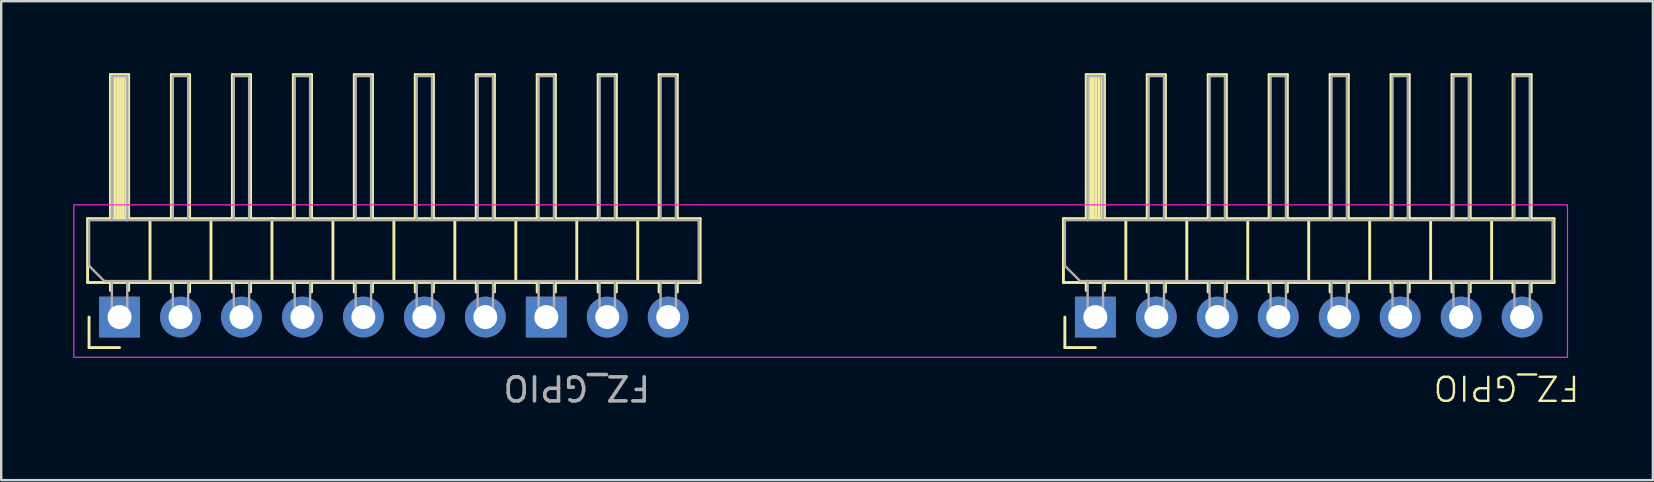
<source format=kicad_pcb>
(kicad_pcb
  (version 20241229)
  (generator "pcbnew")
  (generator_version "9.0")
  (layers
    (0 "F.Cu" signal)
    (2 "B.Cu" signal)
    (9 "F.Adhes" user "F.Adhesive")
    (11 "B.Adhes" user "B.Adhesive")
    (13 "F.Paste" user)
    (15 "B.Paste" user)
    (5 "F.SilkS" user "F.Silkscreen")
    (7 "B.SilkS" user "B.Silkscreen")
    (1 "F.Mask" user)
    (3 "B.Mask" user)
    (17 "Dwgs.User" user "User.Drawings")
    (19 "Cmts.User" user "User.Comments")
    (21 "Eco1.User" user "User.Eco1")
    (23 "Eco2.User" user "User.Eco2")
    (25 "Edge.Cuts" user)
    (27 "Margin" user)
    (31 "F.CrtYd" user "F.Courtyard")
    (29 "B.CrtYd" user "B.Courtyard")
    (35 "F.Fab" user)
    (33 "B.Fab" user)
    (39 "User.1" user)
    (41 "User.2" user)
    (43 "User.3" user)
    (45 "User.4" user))
  (footprint "FZ_GPIO"
    (layer "F.Cu")
    (at 60.365 10.16)
    (property "Reference" "FZ_GPIO" (at -0.65 2.945 180) (unlocked yes) (layer "F.SilkS") (effects (font (size 1 1) (thickness 0.1))))
    (attr through_hole)
    (fp_line (start -59.765 -4.1) (end -59.765 -1.44) (stroke (width 0.12) (type solid)) (layer "F.SilkS"))
    (fp_line (start -59.765 -1.44) (end -34.245 -1.44) (stroke (width 0.12) (type solid)) (layer "F.SilkS"))
    (fp_line (start -59.705 1.27) (end -59.705 0) (stroke (width 0.12) (type solid)) (layer "F.SilkS"))
    (fp_line (start -58.815 -10.1) (end -58.055 -10.1) (stroke (width 0.12) (type solid)) (layer "F.SilkS"))
    (fp_line (start -58.815 -4.1) (end -58.815 -10.1) (stroke (width 0.12) (type solid)) (layer "F.SilkS"))
    (fp_line (start -58.815 -1.11) (end -58.815 -1.44) (stroke (width 0.12) (type solid)) (layer "F.SilkS"))
    (fp_line (start -58.755 -4.1) (end -58.755 -10.1) (stroke (width 0.12) (type solid)) (layer "F.SilkS"))
    (fp_line (start -58.635 -4.1) (end -58.635 -10.1) (stroke (width 0.12) (type solid)) (layer "F.SilkS"))
    (fp_line (start -58.515 -4.1) (end -58.515 -10.1) (stroke (width 0.12) (type solid)) (layer "F.SilkS"))
    (fp_line (start -58.435 1.27) (end -59.705 1.27) (stroke (width 0.12) (type solid)) (layer "F.SilkS"))
    (fp_line (start -58.395 -4.1) (end -58.395 -10.1) (stroke (width 0.12) (type solid)) (layer "F.SilkS"))
    (fp_line (start -58.275 -4.1) (end -58.275 -10.1) (stroke (width 0.12) (type solid)) (layer "F.SilkS"))
    (fp_line (start -58.155 -4.1) (end -58.155 -10.1) (stroke (width 0.12) (type solid)) (layer "F.SilkS"))
    (fp_line (start -58.055 -10.1) (end -58.055 -4.1) (stroke (width 0.12) (type solid)) (layer "F.SilkS"))
    (fp_line (start -58.055 -1.11) (end -58.055 -1.44) (stroke (width 0.12) (type solid)) (layer "F.SilkS"))
    (fp_line (start -57.165 -1.44) (end -57.165 -4.1) (stroke (width 0.12) (type solid)) (layer "F.SilkS"))
    (fp_line (start -56.275 -10.1) (end -55.515 -10.1) (stroke (width 0.12) (type solid)) (layer "F.SilkS"))
    (fp_line (start -56.275 -4.1) (end -56.275 -10.1) (stroke (width 0.12) (type solid)) (layer "F.SilkS"))
    (fp_line (start -56.275 -1.043) (end -56.275 -1.44) (stroke (width 0.12) (type solid)) (layer "F.SilkS"))
    (fp_line (start -55.515 -10.1) (end -55.515 -4.1) (stroke (width 0.12) (type solid)) (layer "F.SilkS"))
    (fp_line (start -55.515 -1.043) (end -55.515 -1.44) (stroke (width 0.12) (type solid)) (layer "F.SilkS"))
    (fp_line (start -54.625 -1.44) (end -54.625 -4.1) (stroke (width 0.12) (type solid)) (layer "F.SilkS"))
    (fp_line (start -53.735 -10.1) (end -52.975 -10.1) (stroke (width 0.12) (type solid)) (layer "F.SilkS"))
    (fp_line (start -53.735 -4.1) (end -53.735 -10.1) (stroke (width 0.12) (type solid)) (layer "F.SilkS"))
    (fp_line (start -53.735 -1.043) (end -53.735 -1.44) (stroke (width 0.12) (type solid)) (layer "F.SilkS"))
    (fp_line (start -52.975 -10.1) (end -52.975 -4.1) (stroke (width 0.12) (type solid)) (layer "F.SilkS"))
    (fp_line (start -52.975 -1.043) (end -52.975 -1.44) (stroke (width 0.12) (type solid)) (layer "F.SilkS"))
    (fp_line (start -52.085 -1.44) (end -52.085 -4.1) (stroke (width 0.12) (type solid)) (layer "F.SilkS"))
    (fp_line (start -51.195 -10.1) (end -50.435 -10.1) (stroke (width 0.12) (type solid)) (layer "F.SilkS"))
    (fp_line (start -51.195 -4.1) (end -51.195 -10.1) (stroke (width 0.12) (type solid)) (layer "F.SilkS"))
    (fp_line (start -51.195 -1.043) (end -51.195 -1.44) (stroke (width 0.12) (type solid)) (layer "F.SilkS"))
    (fp_line (start -50.435 -10.1) (end -50.435 -4.1) (stroke (width 0.12) (type solid)) (layer "F.SilkS"))
    (fp_line (start -50.435 -1.043) (end -50.435 -1.44) (stroke (width 0.12) (type solid)) (layer "F.SilkS"))
    (fp_line (start -49.545 -1.44) (end -49.545 -4.1) (stroke (width 0.12) (type solid)) (layer "F.SilkS"))
    (fp_line (start -48.655 -10.1) (end -47.895 -10.1) (stroke (width 0.12) (type solid)) (layer "F.SilkS"))
    (fp_line (start -48.655 -4.1) (end -48.655 -10.1) (stroke (width 0.12) (type solid)) (layer "F.SilkS"))
    (fp_line (start -48.655 -1.043) (end -48.655 -1.44) (stroke (width 0.12) (type solid)) (layer "F.SilkS"))
    (fp_line (start -47.895 -10.1) (end -47.895 -4.1) (stroke (width 0.12) (type solid)) (layer "F.SilkS"))
    (fp_line (start -47.895 -1.043) (end -47.895 -1.44) (stroke (width 0.12) (type solid)) (layer "F.SilkS"))
    (fp_line (start -47.005 -1.44) (end -47.005 -4.1) (stroke (width 0.12) (type solid)) (layer "F.SilkS"))
    (fp_line (start -46.115 -10.1) (end -45.355 -10.1) (stroke (width 0.12) (type solid)) (layer "F.SilkS"))
    (fp_line (start -46.115 -4.1) (end -46.115 -10.1) (stroke (width 0.12) (type solid)) (layer "F.SilkS"))
    (fp_line (start -46.115 -1.043) (end -46.115 -1.44) (stroke (width 0.12) (type solid)) (layer "F.SilkS"))
    (fp_line (start -45.355 -10.1) (end -45.355 -4.1) (stroke (width 0.12) (type solid)) (layer "F.SilkS"))
    (fp_line (start -45.355 -1.043) (end -45.355 -1.44) (stroke (width 0.12) (type solid)) (layer "F.SilkS"))
    (fp_line (start -44.465 -1.44) (end -44.465 -4.1) (stroke (width 0.12) (type solid)) (layer "F.SilkS"))
    (fp_line (start -43.575 -10.1) (end -42.815 -10.1) (stroke (width 0.12) (type solid)) (layer "F.SilkS"))
    (fp_line (start -43.575 -4.1) (end -43.575 -10.1) (stroke (width 0.12) (type solid)) (layer "F.SilkS"))
    (fp_line (start -43.575 -1.043) (end -43.575 -1.44) (stroke (width 0.12) (type solid)) (layer "F.SilkS"))
    (fp_line (start -42.815 -10.1) (end -42.815 -4.1) (stroke (width 0.12) (type solid)) (layer "F.SilkS"))
    (fp_line (start -42.815 -1.043) (end -42.815 -1.44) (stroke (width 0.12) (type solid)) (layer "F.SilkS"))
    (fp_line (start -41.925 -1.44) (end -41.925 -4.1) (stroke (width 0.12) (type solid)) (layer "F.SilkS"))
    (fp_line (start -41.035 -10.1) (end -40.275 -10.1) (stroke (width 0.12) (type solid)) (layer "F.SilkS"))
    (fp_line (start -41.035 -4.1) (end -41.035 -10.1) (stroke (width 0.12) (type solid)) (layer "F.SilkS"))
    (fp_line (start -41.035 -1.043) (end -41.035 -1.44) (stroke (width 0.12) (type solid)) (layer "F.SilkS"))
    (fp_line (start -40.275 -10.1) (end -40.275 -4.1) (stroke (width 0.12) (type solid)) (layer "F.SilkS"))
    (fp_line (start -40.275 -1.043) (end -40.275 -1.44) (stroke (width 0.12) (type solid)) (layer "F.SilkS"))
    (fp_line (start -39.385 -1.44) (end -39.385 -4.1) (stroke (width 0.12) (type solid)) (layer "F.SilkS"))
    (fp_line (start -38.495 -10.1) (end -37.735 -10.1) (stroke (width 0.12) (type solid)) (layer "F.SilkS"))
    (fp_line (start -38.495 -4.1) (end -38.495 -10.1) (stroke (width 0.12) (type solid)) (layer "F.SilkS"))
    (fp_line (start -38.495 -1.043) (end -38.495 -1.44) (stroke (width 0.12) (type solid)) (layer "F.SilkS"))
    (fp_line (start -37.735 -10.1) (end -37.735 -4.1) (stroke (width 0.12) (type solid)) (layer "F.SilkS"))
    (fp_line (start -37.735 -1.043) (end -37.735 -1.44) (stroke (width 0.12) (type solid)) (layer "F.SilkS"))
    (fp_line (start -36.845 -1.44) (end -36.845 -4.1) (stroke (width 0.12) (type solid)) (layer "F.SilkS"))
    (fp_line (start -35.955 -10.1) (end -35.195 -10.1) (stroke (width 0.12) (type solid)) (layer "F.SilkS"))
    (fp_line (start -35.955 -4.1) (end -35.955 -10.1) (stroke (width 0.12) (type solid)) (layer "F.SilkS"))
    (fp_line (start -35.955 -1.043) (end -35.955 -1.44) (stroke (width 0.12) (type solid)) (layer "F.SilkS"))
    (fp_line (start -35.195 -10.1) (end -35.195 -4.1) (stroke (width 0.12) (type solid)) (layer "F.SilkS"))
    (fp_line (start -35.195 -1.043) (end -35.195 -1.44) (stroke (width 0.12) (type solid)) (layer "F.SilkS"))
    (fp_line (start -34.245 -4.1) (end -59.765 -4.1) (stroke (width 0.12) (type solid)) (layer "F.SilkS"))
    (fp_line (start -34.245 -1.44) (end -34.245 -4.1) (stroke (width 0.12) (type solid)) (layer "F.SilkS"))
    (fp_line (start -19.11 -4.1) (end -19.11 -1.44) (stroke (width 0.12) (type solid)) (layer "F.SilkS"))
    (fp_line (start -19.11 -1.44) (end 1.33 -1.44) (stroke (width 0.12) (type solid)) (layer "F.SilkS"))
    (fp_line (start -19.05 1.27) (end -19.05 0) (stroke (width 0.12) (type solid)) (layer "F.SilkS"))
    (fp_line (start -18.16 -10.1) (end -17.4 -10.1) (stroke (width 0.12) (type solid)) (layer "F.SilkS"))
    (fp_line (start -18.16 -4.1) (end -18.16 -10.1) (stroke (width 0.12) (type solid)) (layer "F.SilkS"))
    (fp_line (start -18.16 -1.11) (end -18.16 -1.44) (stroke (width 0.12) (type solid)) (layer "F.SilkS"))
    (fp_line (start -18.1 -4.1) (end -18.1 -10.1) (stroke (width 0.12) (type solid)) (layer "F.SilkS"))
    (fp_line (start -17.98 -4.1) (end -17.98 -10.1) (stroke (width 0.12) (type solid)) (layer "F.SilkS"))
    (fp_line (start -17.86 -4.1) (end -17.86 -10.1) (stroke (width 0.12) (type solid)) (layer "F.SilkS"))
    (fp_line (start -17.78 1.27) (end -19.05 1.27) (stroke (width 0.12) (type solid)) (layer "F.SilkS"))
    (fp_line (start -17.74 -4.1) (end -17.74 -10.1) (stroke (width 0.12) (type solid)) (layer "F.SilkS"))
    (fp_line (start -17.62 -4.1) (end -17.62 -10.1) (stroke (width 0.12) (type solid)) (layer "F.SilkS"))
    (fp_line (start -17.5 -4.1) (end -17.5 -10.1) (stroke (width 0.12) (type solid)) (layer "F.SilkS"))
    (fp_line (start -17.4 -10.1) (end -17.4 -4.1) (stroke (width 0.12) (type solid)) (layer "F.SilkS"))
    (fp_line (start -17.4 -1.11) (end -17.4 -1.44) (stroke (width 0.12) (type solid)) (layer "F.SilkS"))
    (fp_line (start -16.51 -1.44) (end -16.51 -4.1) (stroke (width 0.12) (type solid)) (layer "F.SilkS"))
    (fp_line (start -15.62 -10.1) (end -14.86 -10.1) (stroke (width 0.12) (type solid)) (layer "F.SilkS"))
    (fp_line (start -15.62 -4.1) (end -15.62 -10.1) (stroke (width 0.12) (type solid)) (layer "F.SilkS"))
    (fp_line (start -15.62 -1.043) (end -15.62 -1.44) (stroke (width 0.12) (type solid)) (layer "F.SilkS"))
    (fp_line (start -14.86 -10.1) (end -14.86 -4.1) (stroke (width 0.12) (type solid)) (layer "F.SilkS"))
    (fp_line (start -14.86 -1.043) (end -14.86 -1.44) (stroke (width 0.12) (type solid)) (layer "F.SilkS"))
    (fp_line (start -13.97 -1.44) (end -13.97 -4.1) (stroke (width 0.12) (type solid)) (layer "F.SilkS"))
    (fp_line (start -13.08 -10.1) (end -12.32 -10.1) (stroke (width 0.12) (type solid)) (layer "F.SilkS"))
    (fp_line (start -13.08 -4.1) (end -13.08 -10.1) (stroke (width 0.12) (type solid)) (layer "F.SilkS"))
    (fp_line (start -13.08 -1.043) (end -13.08 -1.44) (stroke (width 0.12) (type solid)) (layer "F.SilkS"))
    (fp_line (start -12.32 -10.1) (end -12.32 -4.1) (stroke (width 0.12) (type solid)) (layer "F.SilkS"))
    (fp_line (start -12.32 -1.043) (end -12.32 -1.44) (stroke (width 0.12) (type solid)) (layer "F.SilkS"))
    (fp_line (start -11.43 -1.44) (end -11.43 -4.1) (stroke (width 0.12) (type solid)) (layer "F.SilkS"))
    (fp_line (start -10.54 -10.1) (end -9.78 -10.1) (stroke (width 0.12) (type solid)) (layer "F.SilkS"))
    (fp_line (start -10.54 -4.1) (end -10.54 -10.1) (stroke (width 0.12) (type solid)) (layer "F.SilkS"))
    (fp_line (start -10.54 -1.043) (end -10.54 -1.44) (stroke (width 0.12) (type solid)) (layer "F.SilkS"))
    (fp_line (start -9.78 -10.1) (end -9.78 -4.1) (stroke (width 0.12) (type solid)) (layer "F.SilkS"))
    (fp_line (start -9.78 -1.043) (end -9.78 -1.44) (stroke (width 0.12) (type solid)) (layer "F.SilkS"))
    (fp_line (start -8.89 -1.44) (end -8.89 -4.1) (stroke (width 0.12) (type solid)) (layer "F.SilkS"))
    (fp_line (start -8 -10.1) (end -7.24 -10.1) (stroke (width 0.12) (type solid)) (layer "F.SilkS"))
    (fp_line (start -8 -4.1) (end -8 -10.1) (stroke (width 0.12) (type solid)) (layer "F.SilkS"))
    (fp_line (start -8 -1.043) (end -8 -1.44) (stroke (width 0.12) (type solid)) (layer "F.SilkS"))
    (fp_line (start -7.24 -10.1) (end -7.24 -4.1) (stroke (width 0.12) (type solid)) (layer "F.SilkS"))
    (fp_line (start -7.24 -1.043) (end -7.24 -1.44) (stroke (width 0.12) (type solid)) (layer "F.SilkS"))
    (fp_line (start -6.35 -1.44) (end -6.35 -4.1) (stroke (width 0.12) (type solid)) (layer "F.SilkS"))
    (fp_line (start -5.46 -10.1) (end -4.7 -10.1) (stroke (width 0.12) (type solid)) (layer "F.SilkS"))
    (fp_line (start -5.46 -4.1) (end -5.46 -10.1) (stroke (width 0.12) (type solid)) (layer "F.SilkS"))
    (fp_line (start -5.46 -1.043) (end -5.46 -1.44) (stroke (width 0.12) (type solid)) (layer "F.SilkS"))
    (fp_line (start -4.7 -10.1) (end -4.7 -4.1) (stroke (width 0.12) (type solid)) (layer "F.SilkS"))
    (fp_line (start -4.7 -1.043) (end -4.7 -1.44) (stroke (width 0.12) (type solid)) (layer "F.SilkS"))
    (fp_line (start -3.81 -1.44) (end -3.81 -4.1) (stroke (width 0.12) (type solid)) (layer "F.SilkS"))
    (fp_line (start -2.92 -10.1) (end -2.16 -10.1) (stroke (width 0.12) (type solid)) (layer "F.SilkS"))
    (fp_line (start -2.92 -4.1) (end -2.92 -10.1) (stroke (width 0.12) (type solid)) (layer "F.SilkS"))
    (fp_line (start -2.92 -1.043) (end -2.92 -1.44) (stroke (width 0.12) (type solid)) (layer "F.SilkS"))
    (fp_line (start -2.16 -10.1) (end -2.16 -4.1) (stroke (width 0.12) (type solid)) (layer "F.SilkS"))
    (fp_line (start -2.16 -1.043) (end -2.16 -1.44) (stroke (width 0.12) (type solid)) (layer "F.SilkS"))
    (fp_line (start -1.27 -1.44) (end -1.27 -4.1) (stroke (width 0.12) (type solid)) (layer "F.SilkS"))
    (fp_line (start -0.38 -10.1) (end 0.38 -10.1) (stroke (width 0.12) (type solid)) (layer "F.SilkS"))
    (fp_line (start -0.38 -4.1) (end -0.38 -10.1) (stroke (width 0.12) (type solid)) (layer "F.SilkS"))
    (fp_line (start -0.38 -1.043) (end -0.38 -1.44) (stroke (width 0.12) (type solid)) (layer "F.SilkS"))
    (fp_line (start 0.38 -10.1) (end 0.38 -4.1) (stroke (width 0.12) (type solid)) (layer "F.SilkS"))
    (fp_line (start 0.38 -1.043) (end 0.38 -1.44) (stroke (width 0.12) (type solid)) (layer "F.SilkS"))
    (fp_line (start 1.33 -4.1) (end -19.11 -4.1) (stroke (width 0.12) (type solid)) (layer "F.SilkS"))
    (fp_line (start 1.33 -1.44) (end 1.33 -4.1) (stroke (width 0.12) (type solid)) (layer "F.SilkS"))
    (fp_rect (start 1.89 1.675) (end -60.34 -4.675) (stroke (width 0.05) (type default)) (fill no) (layer "F.CrtYd"))
    (fp_line (start -59.705 -4.04) (end -34.305 -4.04) (stroke (width 0.1) (type solid)) (layer "F.Fab"))
    (fp_line (start -59.705 -2.135) (end -59.705 -4.04) (stroke (width 0.1) (type solid)) (layer "F.Fab"))
    (fp_line (start -59.07 -1.5) (end -59.705 -2.135) (stroke (width 0.1) (type solid)) (layer "F.Fab"))
    (fp_line (start -58.755 -10.04) (end -58.115 -10.04) (stroke (width 0.1) (type solid)) (layer "F.Fab"))
    (fp_line (start -58.755 -4.04) (end -58.755 -10.04) (stroke (width 0.1) (type solid)) (layer "F.Fab"))
    (fp_line (start -58.755 0.32) (end -58.755 -1.5) (stroke (width 0.1) (type solid)) (layer "F.Fab"))
    (fp_line (start -58.755 0.32) (end -58.115 0.32) (stroke (width 0.1) (type solid)) (layer "F.Fab"))
    (fp_line (start -58.115 -4.04) (end -58.115 -10.04) (stroke (width 0.1) (type solid)) (layer "F.Fab"))
    (fp_line (start -58.115 0.32) (end -58.115 -1.5) (stroke (width 0.1) (type solid)) (layer "F.Fab"))
    (fp_line (start -56.215 -10.04) (end -55.575 -10.04) (stroke (width 0.1) (type solid)) (layer "F.Fab"))
    (fp_line (start -56.215 -4.04) (end -56.215 -10.04) (stroke (width 0.1) (type solid)) (layer "F.Fab"))
    (fp_line (start -56.215 0.32) (end -56.215 -1.5) (stroke (width 0.1) (type solid)) (layer "F.Fab"))
    (fp_line (start -56.215 0.32) (end -55.575 0.32) (stroke (width 0.1) (type solid)) (layer "F.Fab"))
    (fp_line (start -55.575 -4.04) (end -55.575 -10.04) (stroke (width 0.1) (type solid)) (layer "F.Fab"))
    (fp_line (start -55.575 0.32) (end -55.575 -1.5) (stroke (width 0.1) (type solid)) (layer "F.Fab"))
    (fp_line (start -53.675 -10.04) (end -53.035 -10.04) (stroke (width 0.1) (type solid)) (layer "F.Fab"))
    (fp_line (start -53.675 -4.04) (end -53.675 -10.04) (stroke (width 0.1) (type solid)) (layer "F.Fab"))
    (fp_line (start -53.675 0.32) (end -53.675 -1.5) (stroke (width 0.1) (type solid)) (layer "F.Fab"))
    (fp_line (start -53.675 0.32) (end -53.035 0.32) (stroke (width 0.1) (type solid)) (layer "F.Fab"))
    (fp_line (start -53.035 -4.04) (end -53.035 -10.04) (stroke (width 0.1) (type solid)) (layer "F.Fab"))
    (fp_line (start -53.035 0.32) (end -53.035 -1.5) (stroke (width 0.1) (type solid)) (layer "F.Fab"))
    (fp_line (start -51.135 -10.04) (end -50.495 -10.04) (stroke (width 0.1) (type solid)) (layer "F.Fab"))
    (fp_line (start -51.135 -4.04) (end -51.135 -10.04) (stroke (width 0.1) (type solid)) (layer "F.Fab"))
    (fp_line (start -51.135 0.32) (end -51.135 -1.5) (stroke (width 0.1) (type solid)) (layer "F.Fab"))
    (fp_line (start -51.135 0.32) (end -50.495 0.32) (stroke (width 0.1) (type solid)) (layer "F.Fab"))
    (fp_line (start -50.495 -4.04) (end -50.495 -10.04) (stroke (width 0.1) (type solid)) (layer "F.Fab"))
    (fp_line (start -50.495 0.32) (end -50.495 -1.5) (stroke (width 0.1) (type solid)) (layer "F.Fab"))
    (fp_line (start -48.595 -10.04) (end -47.955 -10.04) (stroke (width 0.1) (type solid)) (layer "F.Fab"))
    (fp_line (start -48.595 -4.04) (end -48.595 -10.04) (stroke (width 0.1) (type solid)) (layer "F.Fab"))
    (fp_line (start -48.595 0.32) (end -48.595 -1.5) (stroke (width 0.1) (type solid)) (layer "F.Fab"))
    (fp_line (start -48.595 0.32) (end -47.955 0.32) (stroke (width 0.1) (type solid)) (layer "F.Fab"))
    (fp_line (start -47.955 -4.04) (end -47.955 -10.04) (stroke (width 0.1) (type solid)) (layer "F.Fab"))
    (fp_line (start -47.955 0.32) (end -47.955 -1.5) (stroke (width 0.1) (type solid)) (layer "F.Fab"))
    (fp_line (start -46.055 -10.04) (end -45.415 -10.04) (stroke (width 0.1) (type solid)) (layer "F.Fab"))
    (fp_line (start -46.055 -4.04) (end -46.055 -10.04) (stroke (width 0.1) (type solid)) (layer "F.Fab"))
    (fp_line (start -46.055 0.32) (end -46.055 -1.5) (stroke (width 0.1) (type solid)) (layer "F.Fab"))
    (fp_line (start -46.055 0.32) (end -45.415 0.32) (stroke (width 0.1) (type solid)) (layer "F.Fab"))
    (fp_line (start -45.415 -4.04) (end -45.415 -10.04) (stroke (width 0.1) (type solid)) (layer "F.Fab"))
    (fp_line (start -45.415 0.32) (end -45.415 -1.5) (stroke (width 0.1) (type solid)) (layer "F.Fab"))
    (fp_line (start -43.515 -10.04) (end -42.875 -10.04) (stroke (width 0.1) (type solid)) (layer "F.Fab"))
    (fp_line (start -43.515 -4.04) (end -43.515 -10.04) (stroke (width 0.1) (type solid)) (layer "F.Fab"))
    (fp_line (start -43.515 0.32) (end -43.515 -1.5) (stroke (width 0.1) (type solid)) (layer "F.Fab"))
    (fp_line (start -43.515 0.32) (end -42.875 0.32) (stroke (width 0.1) (type solid)) (layer "F.Fab"))
    (fp_line (start -42.875 -4.04) (end -42.875 -10.04) (stroke (width 0.1) (type solid)) (layer "F.Fab"))
    (fp_line (start -42.875 0.32) (end -42.875 -1.5) (stroke (width 0.1) (type solid)) (layer "F.Fab"))
    (fp_line (start -40.975 -10.04) (end -40.335 -10.04) (stroke (width 0.1) (type solid)) (layer "F.Fab"))
    (fp_line (start -40.975 -4.04) (end -40.975 -10.04) (stroke (width 0.1) (type solid)) (layer "F.Fab"))
    (fp_line (start -40.975 0.32) (end -40.975 -1.5) (stroke (width 0.1) (type solid)) (layer "F.Fab"))
    (fp_line (start -40.975 0.32) (end -40.335 0.32) (stroke (width 0.1) (type solid)) (layer "F.Fab"))
    (fp_line (start -40.335 -4.04) (end -40.335 -10.04) (stroke (width 0.1) (type solid)) (layer "F.Fab"))
    (fp_line (start -40.335 0.32) (end -40.335 -1.5) (stroke (width 0.1) (type solid)) (layer "F.Fab"))
    (fp_line (start -38.435 -10.04) (end -37.795 -10.04) (stroke (width 0.1) (type solid)) (layer "F.Fab"))
    (fp_line (start -38.435 -4.04) (end -38.435 -10.04) (stroke (width 0.1) (type solid)) (layer "F.Fab"))
    (fp_line (start -38.435 0.32) (end -38.435 -1.5) (stroke (width 0.1) (type solid)) (layer "F.Fab"))
    (fp_line (start -38.435 0.32) (end -37.795 0.32) (stroke (width 0.1) (type solid)) (layer "F.Fab"))
    (fp_line (start -37.795 -4.04) (end -37.795 -10.04) (stroke (width 0.1) (type solid)) (layer "F.Fab"))
    (fp_line (start -37.795 0.32) (end -37.795 -1.5) (stroke (width 0.1) (type solid)) (layer "F.Fab"))
    (fp_line (start -35.895 -10.04) (end -35.255 -10.04) (stroke (width 0.1) (type solid)) (layer "F.Fab"))
    (fp_line (start -35.895 -4.04) (end -35.895 -10.04) (stroke (width 0.1) (type solid)) (layer "F.Fab"))
    (fp_line (start -35.895 0.32) (end -35.895 -1.5) (stroke (width 0.1) (type solid)) (layer "F.Fab"))
    (fp_line (start -35.895 0.32) (end -35.255 0.32) (stroke (width 0.1) (type solid)) (layer "F.Fab"))
    (fp_line (start -35.255 -4.04) (end -35.255 -10.04) (stroke (width 0.1) (type solid)) (layer "F.Fab"))
    (fp_line (start -35.255 0.32) (end -35.255 -1.5) (stroke (width 0.1) (type solid)) (layer "F.Fab"))
    (fp_line (start -34.305 -4.04) (end -34.305 -1.5) (stroke (width 0.1) (type solid)) (layer "F.Fab"))
    (fp_line (start -34.305 -1.5) (end -59.07 -1.5) (stroke (width 0.1) (type solid)) (layer "F.Fab"))
    (fp_line (start -19.05 -4.04) (end 1.27 -4.04) (stroke (width 0.1) (type solid)) (layer "F.Fab"))
    (fp_line (start -19.05 -2.135) (end -19.05 -4.04) (stroke (width 0.1) (type solid)) (layer "F.Fab"))
    (fp_line (start -18.415 -1.5) (end -19.05 -2.135) (stroke (width 0.1) (type solid)) (layer "F.Fab"))
    (fp_line (start -18.1 -10.04) (end -17.46 -10.04) (stroke (width 0.1) (type solid)) (layer "F.Fab"))
    (fp_line (start -18.1 -4.04) (end -18.1 -10.04) (stroke (width 0.1) (type solid)) (layer "F.Fab"))
    (fp_line (start -18.1 0.32) (end -18.1 -1.5) (stroke (width 0.1) (type solid)) (layer "F.Fab"))
    (fp_line (start -18.1 0.32) (end -17.46 0.32) (stroke (width 0.1) (type solid)) (layer "F.Fab"))
    (fp_line (start -17.46 -4.04) (end -17.46 -10.04) (stroke (width 0.1) (type solid)) (layer "F.Fab"))
    (fp_line (start -17.46 0.32) (end -17.46 -1.5) (stroke (width 0.1) (type solid)) (layer "F.Fab"))
    (fp_line (start -15.56 -10.04) (end -14.92 -10.04) (stroke (width 0.1) (type solid)) (layer "F.Fab"))
    (fp_line (start -15.56 -4.04) (end -15.56 -10.04) (stroke (width 0.1) (type solid)) (layer "F.Fab"))
    (fp_line (start -15.56 0.32) (end -15.56 -1.5) (stroke (width 0.1) (type solid)) (layer "F.Fab"))
    (fp_line (start -15.56 0.32) (end -14.92 0.32) (stroke (width 0.1) (type solid)) (layer "F.Fab"))
    (fp_line (start -14.92 -4.04) (end -14.92 -10.04) (stroke (width 0.1) (type solid)) (layer "F.Fab"))
    (fp_line (start -14.92 0.32) (end -14.92 -1.5) (stroke (width 0.1) (type solid)) (layer "F.Fab"))
    (fp_line (start -13.02 -10.04) (end -12.38 -10.04) (stroke (width 0.1) (type solid)) (layer "F.Fab"))
    (fp_line (start -13.02 -4.04) (end -13.02 -10.04) (stroke (width 0.1) (type solid)) (layer "F.Fab"))
    (fp_line (start -13.02 0.32) (end -13.02 -1.5) (stroke (width 0.1) (type solid)) (layer "F.Fab"))
    (fp_line (start -13.02 0.32) (end -12.38 0.32) (stroke (width 0.1) (type solid)) (layer "F.Fab"))
    (fp_line (start -12.38 -4.04) (end -12.38 -10.04) (stroke (width 0.1) (type solid)) (layer "F.Fab"))
    (fp_line (start -12.38 0.32) (end -12.38 -1.5) (stroke (width 0.1) (type solid)) (layer "F.Fab"))
    (fp_line (start -10.48 -10.04) (end -9.84 -10.04) (stroke (width 0.1) (type solid)) (layer "F.Fab"))
    (fp_line (start -10.48 -4.04) (end -10.48 -10.04) (stroke (width 0.1) (type solid)) (layer "F.Fab"))
    (fp_line (start -10.48 0.32) (end -10.48 -1.5) (stroke (width 0.1) (type solid)) (layer "F.Fab"))
    (fp_line (start -10.48 0.32) (end -9.84 0.32) (stroke (width 0.1) (type solid)) (layer "F.Fab"))
    (fp_line (start -9.84 -4.04) (end -9.84 -10.04) (stroke (width 0.1) (type solid)) (layer "F.Fab"))
    (fp_line (start -9.84 0.32) (end -9.84 -1.5) (stroke (width 0.1) (type solid)) (layer "F.Fab"))
    (fp_line (start -7.94 -10.04) (end -7.3 -10.04) (stroke (width 0.1) (type solid)) (layer "F.Fab"))
    (fp_line (start -7.94 -4.04) (end -7.94 -10.04) (stroke (width 0.1) (type solid)) (layer "F.Fab"))
    (fp_line (start -7.94 0.32) (end -7.94 -1.5) (stroke (width 0.1) (type solid)) (layer "F.Fab"))
    (fp_line (start -7.94 0.32) (end -7.3 0.32) (stroke (width 0.1) (type solid)) (layer "F.Fab"))
    (fp_line (start -7.3 -4.04) (end -7.3 -10.04) (stroke (width 0.1) (type solid)) (layer "F.Fab"))
    (fp_line (start -7.3 0.32) (end -7.3 -1.5) (stroke (width 0.1) (type solid)) (layer "F.Fab"))
    (fp_line (start -5.4 -10.04) (end -4.76 -10.04) (stroke (width 0.1) (type solid)) (layer "F.Fab"))
    (fp_line (start -5.4 -4.04) (end -5.4 -10.04) (stroke (width 0.1) (type solid)) (layer "F.Fab"))
    (fp_line (start -5.4 0.32) (end -5.4 -1.5) (stroke (width 0.1) (type solid)) (layer "F.Fab"))
    (fp_line (start -5.4 0.32) (end -4.76 0.32) (stroke (width 0.1) (type solid)) (layer "F.Fab"))
    (fp_line (start -4.76 -4.04) (end -4.76 -10.04) (stroke (width 0.1) (type solid)) (layer "F.Fab"))
    (fp_line (start -4.76 0.32) (end -4.76 -1.5) (stroke (width 0.1) (type solid)) (layer "F.Fab"))
    (fp_line (start -2.86 -10.04) (end -2.22 -10.04) (stroke (width 0.1) (type solid)) (layer "F.Fab"))
    (fp_line (start -2.86 -4.04) (end -2.86 -10.04) (stroke (width 0.1) (type solid)) (layer "F.Fab"))
    (fp_line (start -2.86 0.32) (end -2.86 -1.5) (stroke (width 0.1) (type solid)) (layer "F.Fab"))
    (fp_line (start -2.86 0.32) (end -2.22 0.32) (stroke (width 0.1) (type solid)) (layer "F.Fab"))
    (fp_line (start -2.22 -4.04) (end -2.22 -10.04) (stroke (width 0.1) (type solid)) (layer "F.Fab"))
    (fp_line (start -2.22 0.32) (end -2.22 -1.5) (stroke (width 0.1) (type solid)) (layer "F.Fab"))
    (fp_line (start -0.32 -10.04) (end 0.32 -10.04) (stroke (width 0.1) (type solid)) (layer "F.Fab"))
    (fp_line (start -0.32 -4.04) (end -0.32 -10.04) (stroke (width 0.1) (type solid)) (layer "F.Fab"))
    (fp_line (start -0.32 0.32) (end -0.32 -1.5) (stroke (width 0.1) (type solid)) (layer "F.Fab"))
    (fp_line (start -0.32 0.32) (end 0.32 0.32) (stroke (width 0.1) (type solid)) (layer "F.Fab"))
    (fp_line (start 0.32 -4.04) (end 0.32 -10.04) (stroke (width 0.1) (type solid)) (layer "F.Fab"))
    (fp_line (start 0.32 0.32) (end 0.32 -1.5) (stroke (width 0.1) (type solid)) (layer "F.Fab"))
    (fp_line (start 1.27 -4.04) (end 1.27 -1.5) (stroke (width 0.1) (type solid)) (layer "F.Fab"))
    (fp_line (start 1.27 -1.5) (end -18.415 -1.5) (stroke (width 0.1) (type solid)) (layer "F.Fab"))
    (fp_text user "${REFERENCE}" (at -39.385 2.945 180) (unlocked yes) (layer "F.Fab") (effects (font (size 1 1) (thickness 0.15))))
    (pad "1" thru_hole oval (at 0 0 90) (size 1.7 1.7) (drill 1) (layers "*.Cu" "*.Mask"))
    (pad "2" thru_hole oval (at -2.54 0 90) (size 1.7 1.7) (drill 1) (layers "*.Cu" "*.Mask"))
    (pad "3" thru_hole oval (at -5.08 0 90) (size 1.7 1.7) (drill 1) (layers "*.Cu" "*.Mask"))
    (pad "4" thru_hole oval (at -7.62 0 90) (size 1.7 1.7) (drill 1) (layers "*.Cu" "*.Mask"))
    (pad "5" thru_hole oval (at -10.16 0 90) (size 1.7 1.7) (drill 1) (layers "*.Cu" "*.Mask"))
    (pad "6" thru_hole oval (at -12.7 0 90) (size 1.7 1.7) (drill 1) (layers "*.Cu" "*.Mask"))
    (pad "7" thru_hole oval (at -15.24 0 90) (size 1.7 1.7) (drill 1) (layers "*.Cu" "*.Mask"))
    (pad "8" thru_hole rect (at -17.78 0 90) (size 1.7 1.7) (drill 1) (layers "*.Cu" "*.Mask"))
    (pad "9" thru_hole oval (at -35.575 0 90) (size 1.7 1.7) (drill 1) (layers "*.Cu" "*.Mask"))
    (pad "10" thru_hole oval (at -38.115 0 90) (size 1.7 1.7) (drill 1) (layers "*.Cu" "*.Mask"))
    (pad "11" thru_hole rect (at -40.655 0 90) (size 1.7 1.7) (drill 1) (layers "*.Cu" "*.Mask"))
    (pad "12" thru_hole oval (at -43.195 0 90) (size 1.7 1.7) (drill 1) (layers "*.Cu" "*.Mask"))
    (pad "13" thru_hole oval (at -45.735 0 90) (size 1.7 1.7) (drill 1) (layers "*.Cu" "*.Mask"))
    (pad "14" thru_hole oval (at -48.275 0 90) (size 1.7 1.7) (drill 1) (layers "*.Cu" "*.Mask"))
    (pad "15" thru_hole oval (at -50.815 0 90) (size 1.7 1.7) (drill 1) (layers "*.Cu" "*.Mask"))
    (pad "16" thru_hole oval (at -53.355 0 90) (size 1.7 1.7) (drill 1) (layers "*.Cu" "*.Mask"))
    (pad "17" thru_hole oval (at -55.895 0 90) (size 1.7 1.7) (drill 1) (layers "*.Cu" "*.Mask"))
    (pad "18" thru_hole rect (at -58.435 0 90) (size 1.7 1.7) (drill 1) (layers "*.Cu" "*.Mask")))
  (gr_rect
    (start -3 -3)
    (end 65.813 16.953)
    (stroke (width 0.1) (type default))
    (fill no)
    (layer "Edge.Cuts")))
</source>
